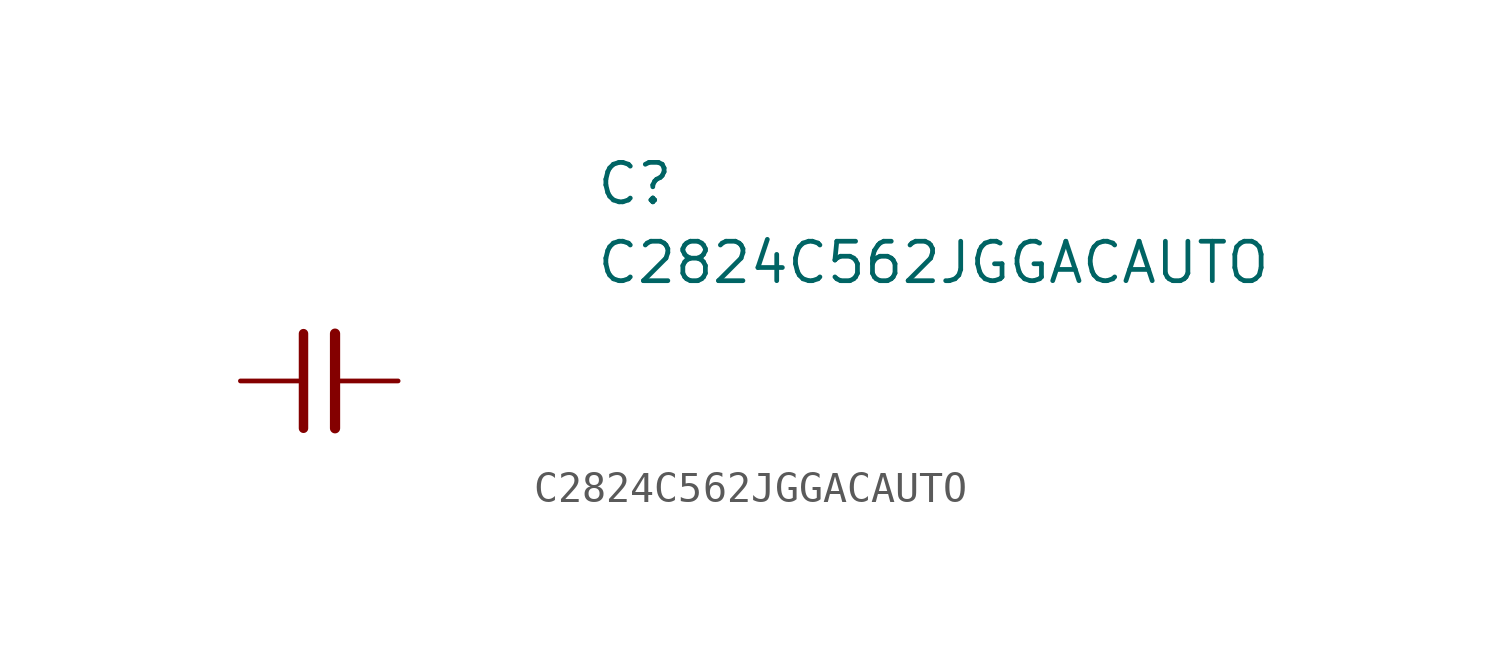
<source format=kicad_sym>
(kicad_symbol_lib
  (version 20220914)
  (generator kicad_symbol_editor)
  (symbol "C2824C562JGGACAUTO"
    (pin_numbers hide)
    (pin_names
      (offset 0.762) hide)
    (property "Reference" "C"
      (at 8.89 6.35 0)
      (effects (font (size 1.27 1.27)) (justify left)))
    (property "Value" "C2824C562JGGACAUTO"
      (at 8.89 3.81 0)
      (effects (font (size 1.27 1.27)) (justify left)))
    (symbol "C2824C562JGGACAUTO_0_1"
      (polyline (pts (xy -0.508 -1.524) (xy -0.508 1.524)) (stroke (width 0.305) (type default)) (fill (type none)))
      (polyline (pts (xy 0.508 -1.524) (xy 0.508 1.524)) (stroke (width 0.33) (type default)) (fill (type none))))
    (symbol "C2824C562JGGACAUTO_1_1"
      (pin passive line (at -2.54 0 0) (length 2.032) (name "~" (effects (font (size 1.27 1.27)))) (number "1" (effects (font (size 1.27 1.27)))))
      (pin passive line (at 2.54 0 180) (length 2.032) (name "~" (effects (font (size 1.27 1.27)))) (number "2" (effects (font (size 1.27 1.27))))))))
</source>
